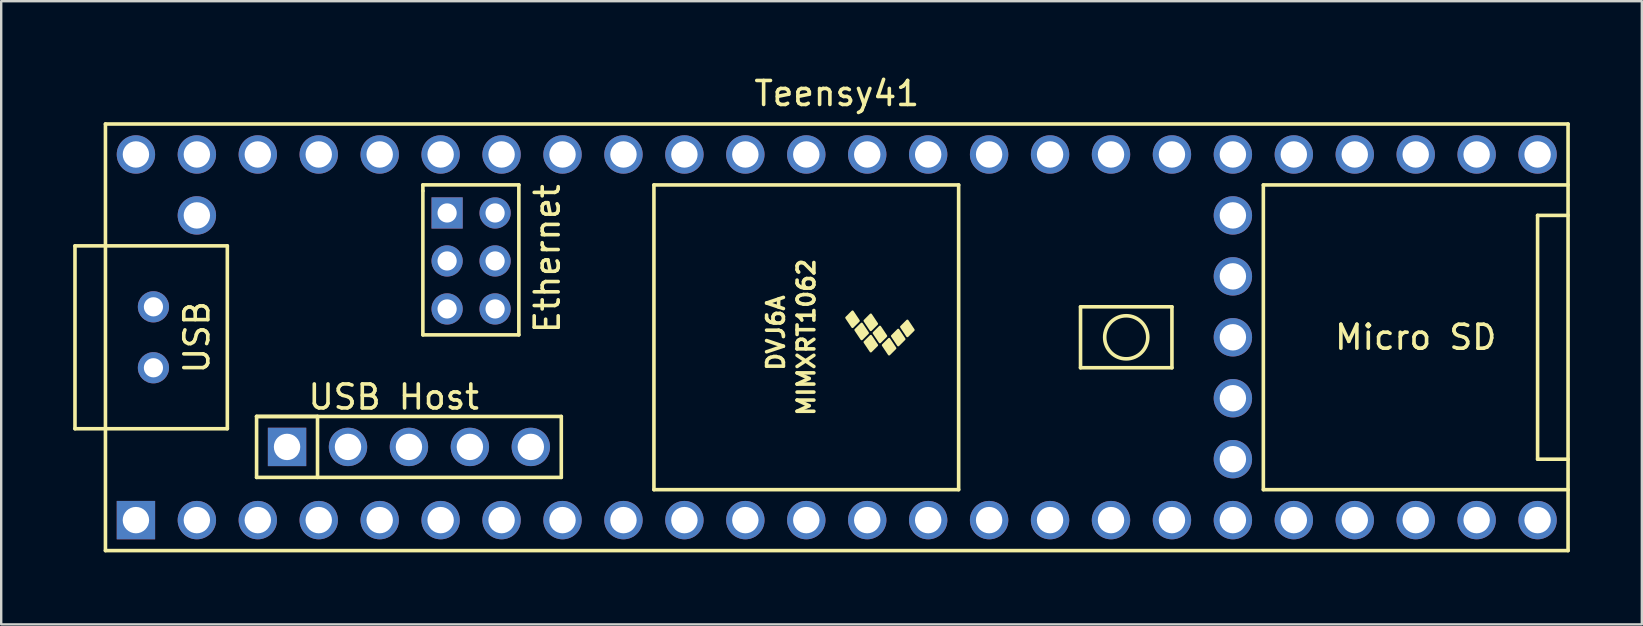
<source format=kicad_pcb>
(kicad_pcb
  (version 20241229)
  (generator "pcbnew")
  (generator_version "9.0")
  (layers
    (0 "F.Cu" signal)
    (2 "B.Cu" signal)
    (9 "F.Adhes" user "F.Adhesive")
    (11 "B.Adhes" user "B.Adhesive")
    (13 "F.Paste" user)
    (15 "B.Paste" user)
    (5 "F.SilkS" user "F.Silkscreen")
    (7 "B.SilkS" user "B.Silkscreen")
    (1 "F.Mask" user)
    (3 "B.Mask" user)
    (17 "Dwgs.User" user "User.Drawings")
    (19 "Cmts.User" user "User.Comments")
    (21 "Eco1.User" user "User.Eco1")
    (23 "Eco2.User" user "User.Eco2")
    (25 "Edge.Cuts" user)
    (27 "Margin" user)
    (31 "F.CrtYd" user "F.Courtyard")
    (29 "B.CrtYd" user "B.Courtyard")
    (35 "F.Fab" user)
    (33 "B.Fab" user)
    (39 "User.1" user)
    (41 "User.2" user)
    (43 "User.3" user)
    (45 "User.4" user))
  (footprint "Teensy41"
    (layer "F.Cu")
    (at 31.825 11.008)
    (property "Reference" "Teensy41" (at 0 -10.16 0) (layer "F.SilkS") (effects (font (size 1 1) (thickness 0.15))))
    (attr through_hole)
    (fp_line (start -31.75 -3.81) (end -30.48 -3.81) (stroke (width 0.15) (type solid)) (layer "F.SilkS"))
    (fp_line (start -31.75 3.81) (end -31.75 -3.81) (stroke (width 0.15) (type solid)) (layer "F.SilkS"))
    (fp_line (start -30.48 -8.89) (end 30.48 -8.89) (stroke (width 0.15) (type solid)) (layer "F.SilkS"))
    (fp_line (start -30.48 3.81) (end -31.75 3.81) (stroke (width 0.15) (type solid)) (layer "F.SilkS"))
    (fp_line (start -30.48 8.89) (end -30.48 -8.89) (stroke (width 0.15) (type solid)) (layer "F.SilkS"))
    (fp_line (start -25.4 -3.81) (end -30.48 -3.81) (stroke (width 0.15) (type solid)) (layer "F.SilkS"))
    (fp_line (start -25.4 3.81) (end -30.48 3.81) (stroke (width 0.15) (type solid)) (layer "F.SilkS"))
    (fp_line (start -25.4 3.81) (end -25.4 -3.81) (stroke (width 0.15) (type solid)) (layer "F.SilkS"))
    (fp_line (start -24.181 3.299) (end -21.641 3.299) (stroke (width 0.15) (type solid)) (layer "F.SilkS"))
    (fp_line (start -24.181 3.299) (end -11.481 3.299) (stroke (width 0.15) (type solid)) (layer "F.SilkS"))
    (fp_line (start -24.181 5.839) (end -24.181 3.299) (stroke (width 0.15) (type solid)) (layer "F.SilkS"))
    (fp_line (start -21.641 3.299) (end -21.641 5.839) (stroke (width 0.15) (type solid)) (layer "F.SilkS"))
    (fp_line (start -17.25 -6.352) (end -17.25 -6.102) (stroke (width 0.15) (type solid)) (layer "F.SilkS"))
    (fp_line (start -17.25 -6.102) (end -17.25 -0.102) (stroke (width 0.15) (type solid)) (layer "F.SilkS"))
    (fp_line (start -17.25 -0.102) (end -13.25 -0.102) (stroke (width 0.15) (type solid)) (layer "F.SilkS"))
    (fp_line (start -13.25 -6.352) (end -17.25 -6.352) (stroke (width 0.15) (type solid)) (layer "F.SilkS"))
    (fp_line (start -13.25 -0.102) (end -13.25 -6.352) (stroke (width 0.15) (type solid)) (layer "F.SilkS"))
    (fp_line (start -11.481 3.299) (end -11.481 5.839) (stroke (width 0.15) (type solid)) (layer "F.SilkS"))
    (fp_line (start -11.481 5.839) (end -24.181 5.839) (stroke (width 0.15) (type solid)) (layer "F.SilkS"))
    (fp_line (start -7.62 -6.35) (end -7.62 6.35) (stroke (width 0.15) (type solid)) (layer "F.SilkS"))
    (fp_line (start -7.62 6.35) (end 5.08 6.35) (stroke (width 0.15) (type solid)) (layer "F.SilkS"))
    (fp_line (start 5.08 -6.35) (end -7.62 -6.35) (stroke (width 0.15) (type solid)) (layer "F.SilkS"))
    (fp_line (start 5.08 6.35) (end 5.08 -6.35) (stroke (width 0.15) (type solid)) (layer "F.SilkS"))
    (fp_line (start 10.16 -1.27) (end 13.97 -1.27) (stroke (width 0.15) (type solid)) (layer "F.SilkS"))
    (fp_line (start 10.16 1.27) (end 10.16 -1.27) (stroke (width 0.15) (type solid)) (layer "F.SilkS"))
    (fp_line (start 13.97 -1.27) (end 13.97 1.27) (stroke (width 0.15) (type solid)) (layer "F.SilkS"))
    (fp_line (start 13.97 1.27) (end 10.16 1.27) (stroke (width 0.15) (type solid)) (layer "F.SilkS"))
    (fp_line (start 17.78 -6.35) (end 17.78 6.35) (stroke (width 0.15) (type solid)) (layer "F.SilkS"))
    (fp_line (start 17.78 6.35) (end 30.48 6.35) (stroke (width 0.15) (type solid)) (layer "F.SilkS"))
    (fp_line (start 29.21 -5.08) (end 29.21 5.08) (stroke (width 0.15) (type solid)) (layer "F.SilkS"))
    (fp_line (start 29.21 5.08) (end 30.48 5.08) (stroke (width 0.15) (type solid)) (layer "F.SilkS"))
    (fp_line (start 30.48 -8.89) (end 30.48 8.89) (stroke (width 0.15) (type solid)) (layer "F.SilkS"))
    (fp_line (start 30.48 -6.35) (end 17.78 -6.35) (stroke (width 0.15) (type solid)) (layer "F.SilkS"))
    (fp_line (start 30.48 -5.08) (end 29.21 -5.08) (stroke (width 0.15) (type solid)) (layer "F.SilkS"))
    (fp_line (start 30.48 8.89) (end -30.48 8.89) (stroke (width 0.15) (type solid)) (layer "F.SilkS"))
    (fp_circle (center 12.065 0) (end 12.7 -0.635) (stroke (width 0.15) (type solid)) (fill no) (layer "F.SilkS"))
    (fp_poly (pts (xy 0.911 -0.688) (xy 0.657 -0.434) (xy 0.403 -0.815) (xy 0.657 -1.069)) (stroke (width 0.1) (type solid)) (fill yes) (layer "F.SilkS"))
    (fp_poly (pts (xy 1.292 -0.18) (xy 1.038 0.074) (xy 0.784 -0.307) (xy 1.038 -0.561)) (stroke (width 0.1) (type solid)) (fill yes) (layer "F.SilkS"))
    (fp_poly (pts (xy 1.673 -0.561) (xy 1.419 -0.307) (xy 1.165 -0.688) (xy 1.419 -0.942)) (stroke (width 0.1) (type solid)) (fill yes) (layer "F.SilkS"))
    (fp_poly (pts (xy 1.673 0.328) (xy 1.419 0.582) (xy 1.165 0.201) (xy 1.419 -0.053)) (stroke (width 0.1) (type solid)) (fill yes) (layer "F.SilkS"))
    (fp_poly (pts (xy 2.054 -0.053) (xy 1.8 0.201) (xy 1.546 -0.18) (xy 1.8 -0.434)) (stroke (width 0.1) (type solid)) (fill yes) (layer "F.SilkS"))
    (fp_poly (pts (xy 2.435 0.455) (xy 2.181 0.709) (xy 1.927 0.328) (xy 2.181 0.074)) (stroke (width 0.1) (type solid)) (fill yes) (layer "F.SilkS"))
    (fp_poly (pts (xy 2.816 0.074) (xy 2.562 0.328) (xy 2.308 -0.053) (xy 2.562 -0.307)) (stroke (width 0.1) (type solid)) (fill yes) (layer "F.SilkS"))
    (fp_poly (pts (xy 3.197 -0.307) (xy 2.943 -0.053) (xy 2.689 -0.434) (xy 2.943 -0.688)) (stroke (width 0.1) (type solid)) (fill yes) (layer "F.SilkS"))
    (fp_text user "Micro SD" (at 24.13 0 0) (layer "F.SilkS") (effects (font (size 1 1) (thickness 0.15))))
    (fp_text user "DVJ6A" (at -2.54 -0.18 270) (layer "F.SilkS") (effects (font (size 0.7 0.7) (thickness 0.15))))
    (fp_text user "USB" (at -26.67 0 270) (layer "F.SilkS") (effects (font (size 1 1) (thickness 0.15))))
    (fp_text user "MIMXRT1062" (at -1.27 0 270) (layer "F.SilkS") (effects (font (size 0.7 0.7) (thickness 0.15))))
    (fp_text user "USB Host" (at -18.466 2.489 0) (layer "F.SilkS") (effects (font (size 1 1) (thickness 0.15))))
    (fp_text user "Ethernet" (at -12.065 -3.277 90) (layer "F.SilkS") (effects (font (size 1 1) (thickness 0.15))))
    (pad "1" thru_hole rect (at -29.21 7.62) (size 1.6 1.6) (drill 1.1) (layers "*.Cu" "*.Mask"))
    (pad "2" thru_hole circle (at -26.67 7.62) (size 1.6 1.6) (drill 1.1) (layers "*.Cu" "*.Mask"))
    (pad "3" thru_hole circle (at -24.13 7.62) (size 1.6 1.6) (drill 1.1) (layers "*.Cu" "*.Mask"))
    (pad "4" thru_hole circle (at -21.59 7.62) (size 1.6 1.6) (drill 1.1) (layers "*.Cu" "*.Mask"))
    (pad "5" thru_hole circle (at -19.05 7.62) (size 1.6 1.6) (drill 1.1) (layers "*.Cu" "*.Mask"))
    (pad "6" thru_hole circle (at -16.51 7.62) (size 1.6 1.6) (drill 1.1) (layers "*.Cu" "*.Mask"))
    (pad "7" thru_hole circle (at -13.97 7.62) (size 1.6 1.6) (drill 1.1) (layers "*.Cu" "*.Mask"))
    (pad "8" thru_hole circle (at -11.43 7.62) (size 1.6 1.6) (drill 1.1) (layers "*.Cu" "*.Mask"))
    (pad "9" thru_hole circle (at -8.89 7.62) (size 1.6 1.6) (drill 1.1) (layers "*.Cu" "*.Mask"))
    (pad "10" thru_hole circle (at -6.35 7.62) (size 1.6 1.6) (drill 1.1) (layers "*.Cu" "*.Mask"))
    (pad "11" thru_hole circle (at -3.81 7.62) (size 1.6 1.6) (drill 1.1) (layers "*.Cu" "*.Mask"))
    (pad "12" thru_hole circle (at -1.27 7.62) (size 1.6 1.6) (drill 1.1) (layers "*.Cu" "*.Mask"))
    (pad "13" thru_hole circle (at 1.27 7.62) (size 1.6 1.6) (drill 1.1) (layers "*.Cu" "*.Mask"))
    (pad "14" thru_hole circle (at 3.81 7.62) (size 1.6 1.6) (drill 1.1) (layers "*.Cu" "*.Mask"))
    (pad "15" thru_hole circle (at 6.35 7.62) (size 1.6 1.6) (drill 1.1) (layers "*.Cu" "*.Mask"))
    (pad "16" thru_hole circle (at 8.89 7.62) (size 1.6 1.6) (drill 1.1) (layers "*.Cu" "*.Mask"))
    (pad "17" thru_hole circle (at 11.43 7.62) (size 1.6 1.6) (drill 1.1) (layers "*.Cu" "*.Mask"))
    (pad "18" thru_hole circle (at 13.97 7.62) (size 1.6 1.6) (drill 1.1) (layers "*.Cu" "*.Mask"))
    (pad "19" thru_hole circle (at 16.51 7.62) (size 1.6 1.6) (drill 1.1) (layers "*.Cu" "*.Mask"))
    (pad "20" thru_hole circle (at 19.05 7.62) (size 1.6 1.6) (drill 1.1) (layers "*.Cu" "*.Mask"))
    (pad "21" thru_hole circle (at 21.59 7.62) (size 1.6 1.6) (drill 1.1) (layers "*.Cu" "*.Mask"))
    (pad "22" thru_hole circle (at 24.13 7.62) (size 1.6 1.6) (drill 1.1) (layers "*.Cu" "*.Mask"))
    (pad "23" thru_hole circle (at 26.67 7.62) (size 1.6 1.6) (drill 1.1) (layers "*.Cu" "*.Mask"))
    (pad "24" thru_hole circle (at 29.21 7.62) (size 1.6 1.6) (drill 1.1) (layers "*.Cu" "*.Mask"))
    (pad "25" thru_hole circle (at 29.21 -7.62) (size 1.6 1.6) (drill 1.1) (layers "*.Cu" "*.Mask"))
    (pad "26" thru_hole circle (at 26.67 -7.62) (size 1.6 1.6) (drill 1.1) (layers "*.Cu" "*.Mask"))
    (pad "27" thru_hole circle (at 24.13 -7.62) (size 1.6 1.6) (drill 1.1) (layers "*.Cu" "*.Mask"))
    (pad "28" thru_hole circle (at 21.59 -7.62) (size 1.6 1.6) (drill 1.1) (layers "*.Cu" "*.Mask"))
    (pad "29" thru_hole circle (at 19.05 -7.62) (size 1.6 1.6) (drill 1.1) (layers "*.Cu" "*.Mask"))
    (pad "30" thru_hole circle (at 16.51 -7.62) (size 1.6 1.6) (drill 1.1) (layers "*.Cu" "*.Mask"))
    (pad "31" thru_hole circle (at 13.97 -7.62) (size 1.6 1.6) (drill 1.1) (layers "*.Cu" "*.Mask"))
    (pad "32" thru_hole circle (at 11.43 -7.62) (size 1.6 1.6) (drill 1.1) (layers "*.Cu" "*.Mask"))
    (pad "33" thru_hole circle (at 8.89 -7.62) (size 1.6 1.6) (drill 1.1) (layers "*.Cu" "*.Mask"))
    (pad "34" thru_hole circle (at 6.35 -7.62) (size 1.6 1.6) (drill 1.1) (layers "*.Cu" "*.Mask"))
    (pad "35" thru_hole circle (at 3.81 -7.62) (size 1.6 1.6) (drill 1.1) (layers "*.Cu" "*.Mask"))
    (pad "36" thru_hole circle (at 1.27 -7.62) (size 1.6 1.6) (drill 1.1) (layers "*.Cu" "*.Mask"))
    (pad "37" thru_hole circle (at -1.27 -7.62) (size 1.6 1.6) (drill 1.1) (layers "*.Cu" "*.Mask"))
    (pad "38" thru_hole circle (at -3.81 -7.62) (size 1.6 1.6) (drill 1.1) (layers "*.Cu" "*.Mask"))
    (pad "39" thru_hole circle (at -6.35 -7.62) (size 1.6 1.6) (drill 1.1) (layers "*.Cu" "*.Mask"))
    (pad "40" thru_hole circle (at -8.89 -7.62) (size 1.6 1.6) (drill 1.1) (layers "*.Cu" "*.Mask"))
    (pad "41" thru_hole circle (at -11.43 -7.62) (size 1.6 1.6) (drill 1.1) (layers "*.Cu" "*.Mask"))
    (pad "42" thru_hole circle (at -13.97 -7.62) (size 1.6 1.6) (drill 1.1) (layers "*.Cu" "*.Mask"))
    (pad "43" thru_hole circle (at -16.51 -7.62) (size 1.6 1.6) (drill 1.1) (layers "*.Cu" "*.Mask"))
    (pad "44" thru_hole circle (at -19.05 -7.62) (size 1.6 1.6) (drill 1.1) (layers "*.Cu" "*.Mask"))
    (pad "45" thru_hole circle (at -21.59 -7.62) (size 1.6 1.6) (drill 1.1) (layers "*.Cu" "*.Mask"))
    (pad "46" thru_hole circle (at -24.13 -7.62) (size 1.6 1.6) (drill 1.1) (layers "*.Cu" "*.Mask"))
    (pad "47" thru_hole circle (at -26.67 -7.62) (size 1.6 1.6) (drill 1.1) (layers "*.Cu" "*.Mask"))
    (pad "48" thru_hole circle (at -29.21 -7.62) (size 1.6 1.6) (drill 1.1) (layers "*.Cu" "*.Mask"))
    (pad "49" thru_hole circle (at -26.67 -5.08) (size 1.6 1.6) (drill 1.1) (layers "*.Cu" "*.Mask"))
    (pad "50" thru_hole circle (at 16.51 5.08) (size 1.6 1.6) (drill 1.1) (layers "*.Cu" "*.Mask"))
    (pad "51" thru_hole circle (at 16.51 2.54) (size 1.6 1.6) (drill 1.1) (layers "*.Cu" "*.Mask"))
    (pad "52" thru_hole circle (at 16.51 0) (size 1.6 1.6) (drill 1.1) (layers "*.Cu" "*.Mask"))
    (pad "53" thru_hole circle (at 16.51 -2.54) (size 1.6 1.6) (drill 1.1) (layers "*.Cu" "*.Mask"))
    (pad "54" thru_hole circle (at 16.51 -5.08) (size 1.6 1.6) (drill 1.1) (layers "*.Cu" "*.Mask"))
    (pad "55" thru_hole rect (at -22.911 4.569) (size 1.6 1.6) (drill 1.1) (layers "*.Cu" "*.Mask"))
    (pad "56" thru_hole circle (at -20.371 4.569) (size 1.6 1.6) (drill 1.1) (layers "*.Cu" "*.Mask"))
    (pad "57" thru_hole circle (at -17.831 4.569) (size 1.6 1.6) (drill 1.1) (layers "*.Cu" "*.Mask"))
    (pad "58" thru_hole circle (at -15.291 4.569) (size 1.6 1.6) (drill 1.1) (layers "*.Cu" "*.Mask"))
    (pad "59" thru_hole circle (at -12.751 4.569) (size 1.6 1.6) (drill 1.1) (layers "*.Cu" "*.Mask"))
    (pad "60" thru_hole rect (at -16.24 -5.182) (size 1.3 1.3) (drill 0.8) (layers "*.Cu" "*.Mask"))
    (pad "61" thru_hole circle (at -16.24 -3.182) (size 1.3 1.3) (drill 0.8) (layers "*.Cu" "*.Mask"))
    (pad "62" thru_hole circle (at -16.24 -1.182) (size 1.3 1.3) (drill 0.8) (layers "*.Cu" "*.Mask"))
    (pad "63" thru_hole circle (at -14.24 -1.182) (size 1.3 1.3) (drill 0.8) (layers "*.Cu" "*.Mask"))
    (pad "64" thru_hole circle (at -14.24 -3.182) (size 1.3 1.3) (drill 0.8) (layers "*.Cu" "*.Mask"))
    (pad "65" thru_hole circle (at -14.24 -5.182) (size 1.3 1.3) (drill 0.8) (layers "*.Cu" "*.Mask"))
    (pad "66" thru_hole circle (at -28.48 -1.27) (size 1.3 1.3) (drill 0.8) (layers "*.Cu" "*.Mask"))
    (pad "67" thru_hole circle (at -28.48 1.27) (size 1.3 1.3) (drill 0.8) (layers "*.Cu" "*.Mask")))
  (gr_rect
    (start -3 -3)
    (end 65.38 22.973)
    (stroke (width 0.1) (type default))
    (fill no)
    (layer "Edge.Cuts")))
</source>
